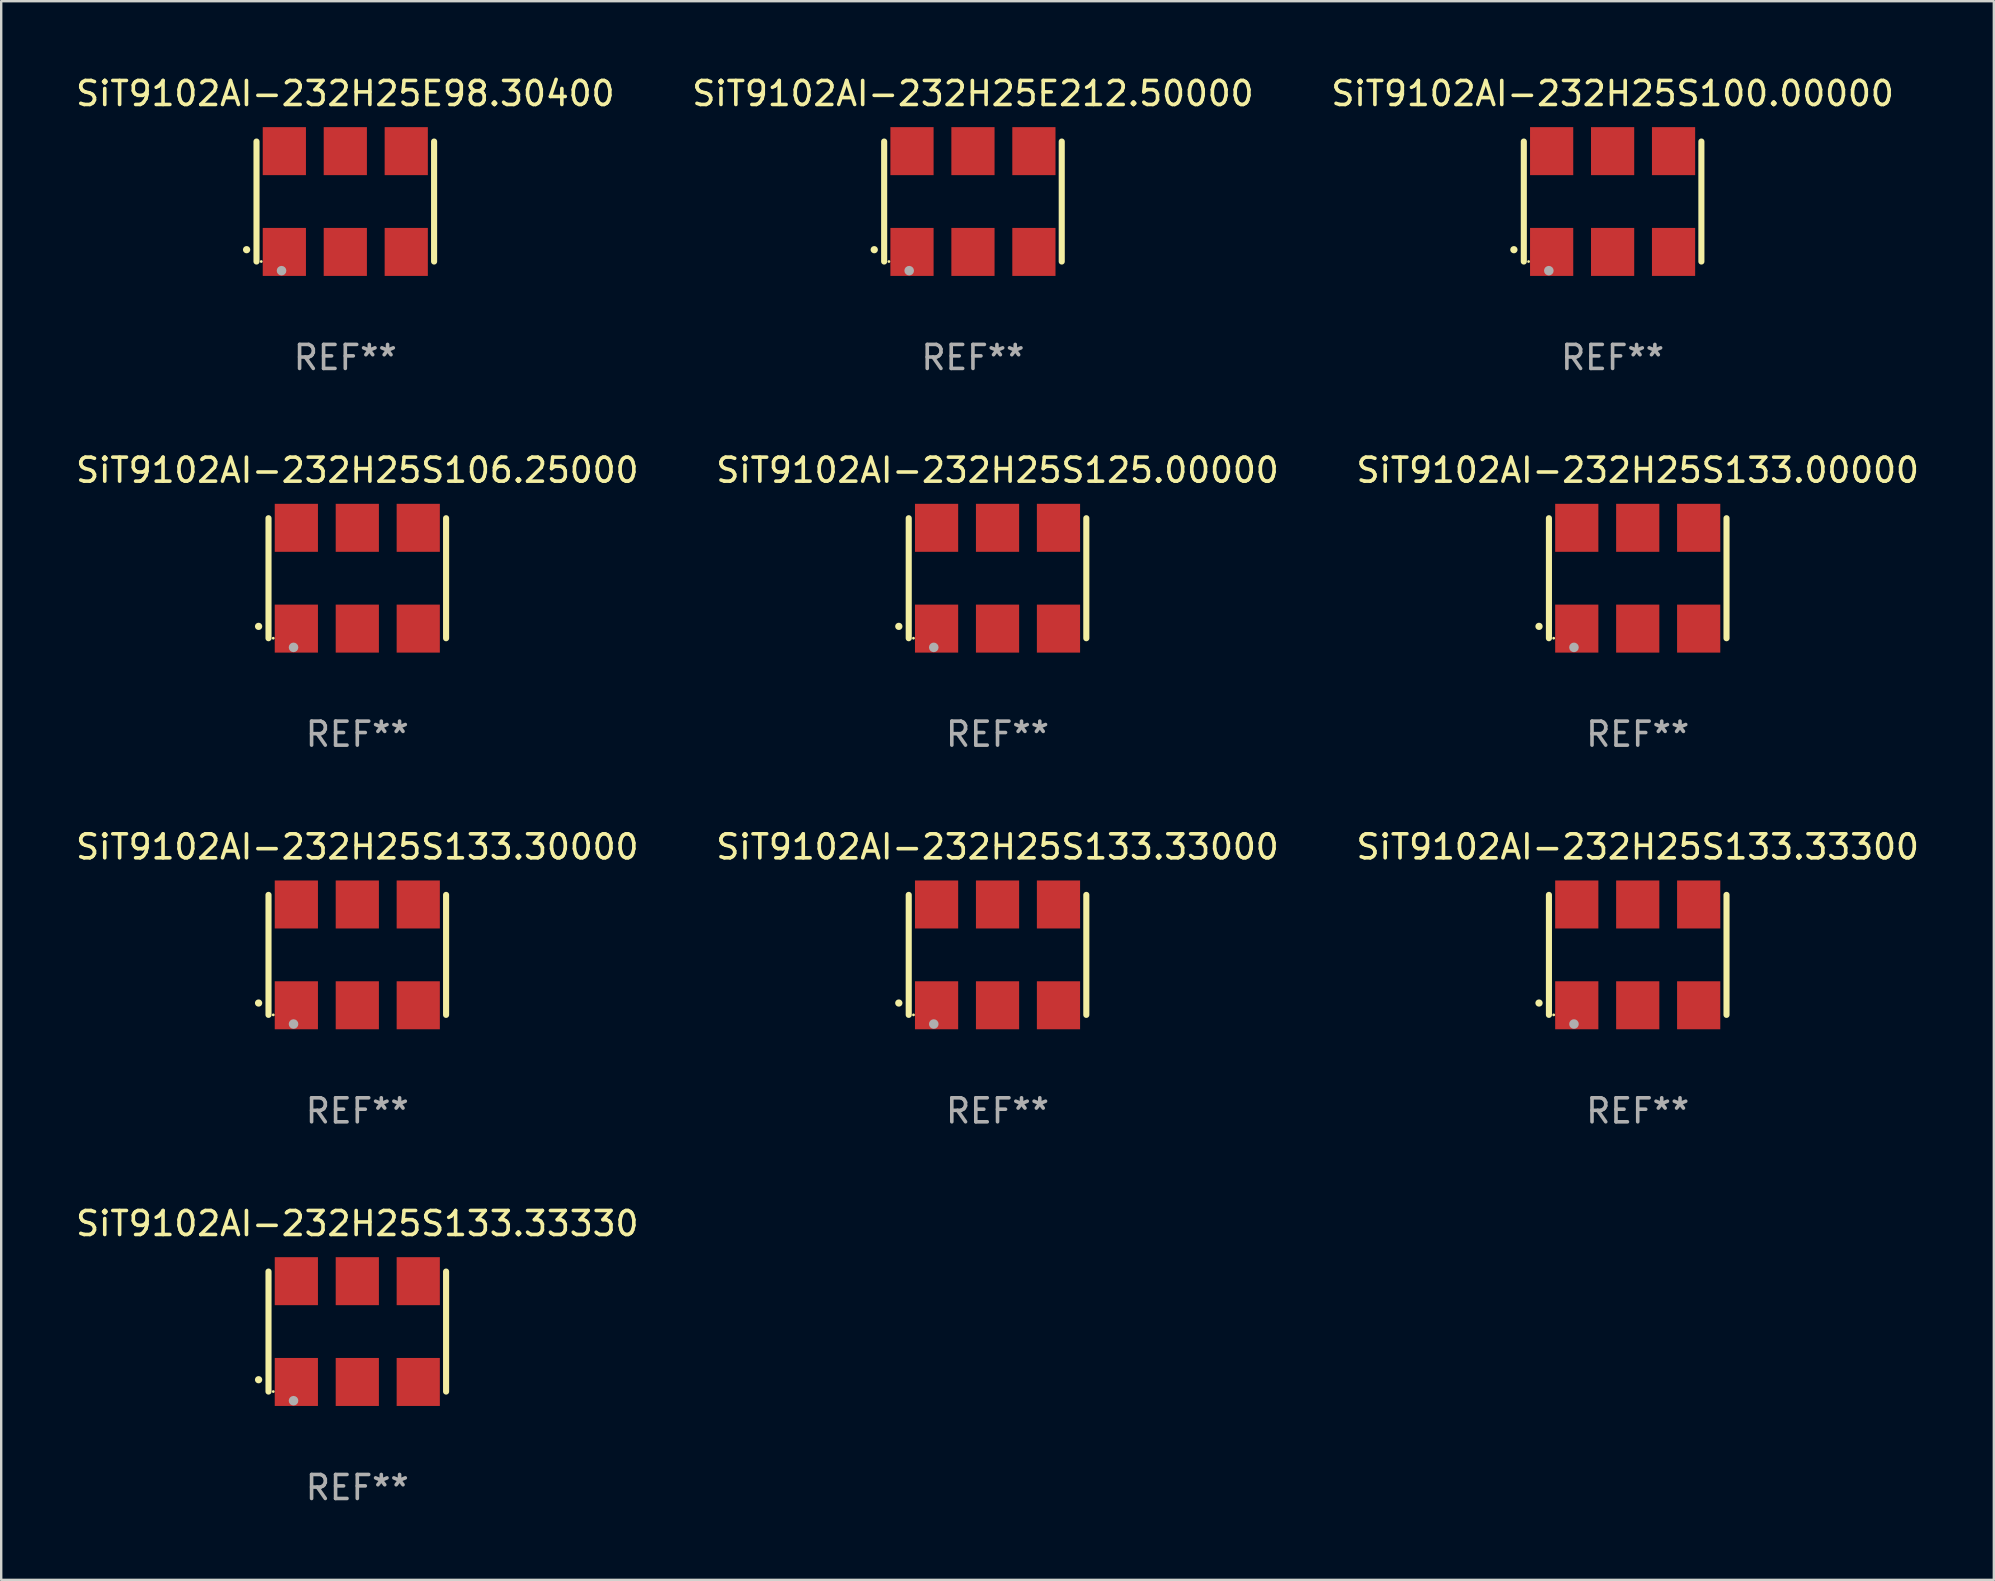
<source format=kicad_pcb>
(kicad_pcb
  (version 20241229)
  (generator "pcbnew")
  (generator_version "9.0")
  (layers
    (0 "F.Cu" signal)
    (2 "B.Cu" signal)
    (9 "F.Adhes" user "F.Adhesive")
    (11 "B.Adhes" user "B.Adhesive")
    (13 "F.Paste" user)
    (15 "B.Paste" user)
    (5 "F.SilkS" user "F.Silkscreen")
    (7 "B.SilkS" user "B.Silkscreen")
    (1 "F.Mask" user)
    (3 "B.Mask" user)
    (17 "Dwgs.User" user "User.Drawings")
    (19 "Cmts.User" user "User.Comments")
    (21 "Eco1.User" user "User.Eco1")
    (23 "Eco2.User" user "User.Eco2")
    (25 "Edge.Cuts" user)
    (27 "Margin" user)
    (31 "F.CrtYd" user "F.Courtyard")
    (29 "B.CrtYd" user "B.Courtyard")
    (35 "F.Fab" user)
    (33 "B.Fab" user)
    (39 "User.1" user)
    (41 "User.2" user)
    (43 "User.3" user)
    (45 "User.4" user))
  (footprint "SiT9102AI-232H25S133.00000"
    (layer "F.Cu")
    (at 65.196 21.045)
    (property "Reference" "SiT9102AI-232H25S133.00000" (at 0 -4.5 0) (layer "F.SilkS") (effects (font (size 1 1) (thickness 0.15))))
    (attr through_hole)
    (fp_line (start -3.7 -2.5) (end -3.7 2.5) (stroke (width 0.254) (type solid)) (layer "F.SilkS"))
    (fp_line (start 3.7 -2.5) (end 3.7 2.5) (stroke (width 0.254) (type solid)) (layer "F.SilkS"))
    (fp_arc (start -4.114415 2.006604) (mid -4.113145 2.006599) (end -4.111875 2.006604) (stroke (width 0.3) (type solid)) (layer "F.SilkS"))
    (fp_circle (center -3.502 2.5) (end -3.472 2.5) (stroke (width 0.06) (type solid)) (fill no) (layer "F.SilkS"))
    (fp_circle (center -2.657 2.882) (end -2.557 2.882) (stroke (width 0.2) (type solid)) (fill no) (layer "F.Fab"))
    (fp_text user "REF**" (at 0 6.5 0) (layer "F.Fab") (effects (font (size 1 1) (thickness 0.15))))
    (pad "1" smd rect (at -2.54 2.1) (size 1.8 2) (layers "F.Cu" "F.Mask" "F.Paste"))
    (pad "2" smd rect (at 0.000394 2.1) (size 1.8 2) (layers "F.Cu" "F.Mask" "F.Paste"))
    (pad "3" smd rect (at 2.54 2.1) (size 1.8 2) (layers "F.Cu" "F.Mask" "F.Paste"))
    (pad "4" smd rect (at 2.54 -2.1) (size 1.8 2) (layers "F.Cu" "F.Mask" "F.Paste"))
    (pad "5" smd rect (at 0.000394 -2.1) (size 1.8 2) (layers "F.Cu" "F.Mask" "F.Paste"))
    (pad "6" smd rect (at -2.54 -2.1) (size 1.8 2) (layers "F.Cu" "F.Mask" "F.Paste")))
  (footprint "SiT9102AI-232H25S133.33330"
    (layer "F.Cu")
    (at 11.839 52.438)
    (property "Reference" "SiT9102AI-232H25S133.33330" (at 0 -4.5 0) (layer "F.SilkS") (effects (font (size 1 1) (thickness 0.15))))
    (attr through_hole)
    (fp_line (start -3.7 -2.5) (end -3.7 2.5) (stroke (width 0.254) (type solid)) (layer "F.SilkS"))
    (fp_line (start 3.7 -2.5) (end 3.7 2.5) (stroke (width 0.254) (type solid)) (layer "F.SilkS"))
    (fp_arc (start -4.114415 2.006604) (mid -4.113145 2.006599) (end -4.111875 2.006604) (stroke (width 0.3) (type solid)) (layer "F.SilkS"))
    (fp_circle (center -3.502 2.5) (end -3.472 2.5) (stroke (width 0.06) (type solid)) (fill no) (layer "F.SilkS"))
    (fp_circle (center -2.657 2.882) (end -2.557 2.882) (stroke (width 0.2) (type solid)) (fill no) (layer "F.Fab"))
    (fp_text user "REF**" (at 0 6.5 0) (layer "F.Fab") (effects (font (size 1 1) (thickness 0.15))))
    (pad "1" smd rect (at -2.54 2.1) (size 1.8 2) (layers "F.Cu" "F.Mask" "F.Paste"))
    (pad "2" smd rect (at 0.000394 2.1) (size 1.8 2) (layers "F.Cu" "F.Mask" "F.Paste"))
    (pad "3" smd rect (at 2.54 2.1) (size 1.8 2) (layers "F.Cu" "F.Mask" "F.Paste"))
    (pad "4" smd rect (at 2.54 -2.1) (size 1.8 2) (layers "F.Cu" "F.Mask" "F.Paste"))
    (pad "5" smd rect (at 0.000394 -2.1) (size 1.8 2) (layers "F.Cu" "F.Mask" "F.Paste"))
    (pad "6" smd rect (at -2.54 -2.1) (size 1.8 2) (layers "F.Cu" "F.Mask" "F.Paste")))
  (footprint "SiT9102AI-232H25S106.25000"
    (layer "F.Cu")
    (at 11.839 21.045)
    (property "Reference" "SiT9102AI-232H25S106.25000" (at 0 -4.5 0) (layer "F.SilkS") (effects (font (size 1 1) (thickness 0.15))))
    (attr through_hole)
    (fp_line (start -3.7 -2.5) (end -3.7 2.5) (stroke (width 0.254) (type solid)) (layer "F.SilkS"))
    (fp_line (start 3.7 -2.5) (end 3.7 2.5) (stroke (width 0.254) (type solid)) (layer "F.SilkS"))
    (fp_arc (start -4.114415 2.006604) (mid -4.113145 2.006599) (end -4.111875 2.006604) (stroke (width 0.3) (type solid)) (layer "F.SilkS"))
    (fp_circle (center -3.502 2.5) (end -3.472 2.5) (stroke (width 0.06) (type solid)) (fill no) (layer "F.SilkS"))
    (fp_circle (center -2.657 2.882) (end -2.557 2.882) (stroke (width 0.2) (type solid)) (fill no) (layer "F.Fab"))
    (fp_text user "REF**" (at 0 6.5 0) (layer "F.Fab") (effects (font (size 1 1) (thickness 0.15))))
    (pad "1" smd rect (at -2.54 2.1) (size 1.8 2) (layers "F.Cu" "F.Mask" "F.Paste"))
    (pad "2" smd rect (at 0.000394 2.1) (size 1.8 2) (layers "F.Cu" "F.Mask" "F.Paste"))
    (pad "3" smd rect (at 2.54 2.1) (size 1.8 2) (layers "F.Cu" "F.Mask" "F.Paste"))
    (pad "4" smd rect (at 2.54 -2.1) (size 1.8 2) (layers "F.Cu" "F.Mask" "F.Paste"))
    (pad "5" smd rect (at 0.000394 -2.1) (size 1.8 2) (layers "F.Cu" "F.Mask" "F.Paste"))
    (pad "6" smd rect (at -2.54 -2.1) (size 1.8 2) (layers "F.Cu" "F.Mask" "F.Paste")))
  (footprint "SiT9102AI-232H25S133.33300"
    (layer "F.Cu")
    (at 65.196 36.741)
    (property "Reference" "SiT9102AI-232H25S133.33300" (at 0 -4.5 0) (layer "F.SilkS") (effects (font (size 1 1) (thickness 0.15))))
    (attr through_hole)
    (fp_line (start -3.7 -2.5) (end -3.7 2.5) (stroke (width 0.254) (type solid)) (layer "F.SilkS"))
    (fp_line (start 3.7 -2.5) (end 3.7 2.5) (stroke (width 0.254) (type solid)) (layer "F.SilkS"))
    (fp_arc (start -4.114415 2.006604) (mid -4.113145 2.006599) (end -4.111875 2.006604) (stroke (width 0.3) (type solid)) (layer "F.SilkS"))
    (fp_circle (center -3.502 2.5) (end -3.472 2.5) (stroke (width 0.06) (type solid)) (fill no) (layer "F.SilkS"))
    (fp_circle (center -2.657 2.882) (end -2.557 2.882) (stroke (width 0.2) (type solid)) (fill no) (layer "F.Fab"))
    (fp_text user "REF**" (at 0 6.5 0) (layer "F.Fab") (effects (font (size 1 1) (thickness 0.15))))
    (pad "1" smd rect (at -2.54 2.1) (size 1.8 2) (layers "F.Cu" "F.Mask" "F.Paste"))
    (pad "2" smd rect (at 0.000394 2.1) (size 1.8 2) (layers "F.Cu" "F.Mask" "F.Paste"))
    (pad "3" smd rect (at 2.54 2.1) (size 1.8 2) (layers "F.Cu" "F.Mask" "F.Paste"))
    (pad "4" smd rect (at 2.54 -2.1) (size 1.8 2) (layers "F.Cu" "F.Mask" "F.Paste"))
    (pad "5" smd rect (at 0.000394 -2.1) (size 1.8 2) (layers "F.Cu" "F.Mask" "F.Paste"))
    (pad "6" smd rect (at -2.54 -2.1) (size 1.8 2) (layers "F.Cu" "F.Mask" "F.Paste")))
  (footprint "SiT9102AI-232H25S133.33000"
    (layer "F.Cu")
    (at 38.518 36.741)
    (property "Reference" "SiT9102AI-232H25S133.33000" (at 0 -4.5 0) (layer "F.SilkS") (effects (font (size 1 1) (thickness 0.15))))
    (attr through_hole)
    (fp_line (start -3.7 -2.5) (end -3.7 2.5) (stroke (width 0.254) (type solid)) (layer "F.SilkS"))
    (fp_line (start 3.7 -2.5) (end 3.7 2.5) (stroke (width 0.254) (type solid)) (layer "F.SilkS"))
    (fp_arc (start -4.114415 2.006604) (mid -4.113145 2.006599) (end -4.111875 2.006604) (stroke (width 0.3) (type solid)) (layer "F.SilkS"))
    (fp_circle (center -3.502 2.5) (end -3.472 2.5) (stroke (width 0.06) (type solid)) (fill no) (layer "F.SilkS"))
    (fp_circle (center -2.657 2.882) (end -2.557 2.882) (stroke (width 0.2) (type solid)) (fill no) (layer "F.Fab"))
    (fp_text user "REF**" (at 0 6.5 0) (layer "F.Fab") (effects (font (size 1 1) (thickness 0.15))))
    (pad "1" smd rect (at -2.54 2.1) (size 1.8 2) (layers "F.Cu" "F.Mask" "F.Paste"))
    (pad "2" smd rect (at 0.000394 2.1) (size 1.8 2) (layers "F.Cu" "F.Mask" "F.Paste"))
    (pad "3" smd rect (at 2.54 2.1) (size 1.8 2) (layers "F.Cu" "F.Mask" "F.Paste"))
    (pad "4" smd rect (at 2.54 -2.1) (size 1.8 2) (layers "F.Cu" "F.Mask" "F.Paste"))
    (pad "5" smd rect (at 0.000394 -2.1) (size 1.8 2) (layers "F.Cu" "F.Mask" "F.Paste"))
    (pad "6" smd rect (at -2.54 -2.1) (size 1.8 2) (layers "F.Cu" "F.Mask" "F.Paste")))
  (footprint "SiT9102AI-232H25E98.30400"
    (layer "F.Cu")
    (at 11.339 5.348)
    (property "Reference" "SiT9102AI-232H25E98.30400" (at 0 -4.5 0) (layer "F.SilkS") (effects (font (size 1 1) (thickness 0.15))))
    (attr through_hole)
    (fp_line (start -3.7 -2.5) (end -3.7 2.5) (stroke (width 0.254) (type solid)) (layer "F.SilkS"))
    (fp_line (start 3.7 -2.5) (end 3.7 2.5) (stroke (width 0.254) (type solid)) (layer "F.SilkS"))
    (fp_arc (start -4.114415 2.006604) (mid -4.113145 2.006599) (end -4.111875 2.006604) (stroke (width 0.3) (type solid)) (layer "F.SilkS"))
    (fp_circle (center -3.502 2.5) (end -3.472 2.5) (stroke (width 0.06) (type solid)) (fill no) (layer "F.SilkS"))
    (fp_circle (center -2.657 2.882) (end -2.557 2.882) (stroke (width 0.2) (type solid)) (fill no) (layer "F.Fab"))
    (fp_text user "REF**" (at 0 6.5 0) (layer "F.Fab") (effects (font (size 1 1) (thickness 0.15))))
    (pad "1" smd rect (at -2.54 2.1) (size 1.8 2) (layers "F.Cu" "F.Mask" "F.Paste"))
    (pad "2" smd rect (at 0.000394 2.1) (size 1.8 2) (layers "F.Cu" "F.Mask" "F.Paste"))
    (pad "3" smd rect (at 2.54 2.1) (size 1.8 2) (layers "F.Cu" "F.Mask" "F.Paste"))
    (pad "4" smd rect (at 2.54 -2.1) (size 1.8 2) (layers "F.Cu" "F.Mask" "F.Paste"))
    (pad "5" smd rect (at 0.000394 -2.1) (size 1.8 2) (layers "F.Cu" "F.Mask" "F.Paste"))
    (pad "6" smd rect (at -2.54 -2.1) (size 1.8 2) (layers "F.Cu" "F.Mask" "F.Paste")))
  (footprint "SiT9102AI-232H25S133.30000"
    (layer "F.Cu")
    (at 11.839 36.741)
    (property "Reference" "SiT9102AI-232H25S133.30000" (at 0 -4.5 0) (layer "F.SilkS") (effects (font (size 1 1) (thickness 0.15))))
    (attr through_hole)
    (fp_line (start -3.7 -2.5) (end -3.7 2.5) (stroke (width 0.254) (type solid)) (layer "F.SilkS"))
    (fp_line (start 3.7 -2.5) (end 3.7 2.5) (stroke (width 0.254) (type solid)) (layer "F.SilkS"))
    (fp_arc (start -4.114415 2.006604) (mid -4.113145 2.006599) (end -4.111875 2.006604) (stroke (width 0.3) (type solid)) (layer "F.SilkS"))
    (fp_circle (center -3.502 2.5) (end -3.472 2.5) (stroke (width 0.06) (type solid)) (fill no) (layer "F.SilkS"))
    (fp_circle (center -2.657 2.882) (end -2.557 2.882) (stroke (width 0.2) (type solid)) (fill no) (layer "F.Fab"))
    (fp_text user "REF**" (at 0 6.5 0) (layer "F.Fab") (effects (font (size 1 1) (thickness 0.15))))
    (pad "1" smd rect (at -2.54 2.1) (size 1.8 2) (layers "F.Cu" "F.Mask" "F.Paste"))
    (pad "2" smd rect (at 0.000394 2.1) (size 1.8 2) (layers "F.Cu" "F.Mask" "F.Paste"))
    (pad "3" smd rect (at 2.54 2.1) (size 1.8 2) (layers "F.Cu" "F.Mask" "F.Paste"))
    (pad "4" smd rect (at 2.54 -2.1) (size 1.8 2) (layers "F.Cu" "F.Mask" "F.Paste"))
    (pad "5" smd rect (at 0.000394 -2.1) (size 1.8 2) (layers "F.Cu" "F.Mask" "F.Paste"))
    (pad "6" smd rect (at -2.54 -2.1) (size 1.8 2) (layers "F.Cu" "F.Mask" "F.Paste")))
  (footprint "SiT9102AI-232H25S100.00000"
    (layer "F.Cu")
    (at 64.149 5.348)
    (property "Reference" "SiT9102AI-232H25S100.00000" (at 0 -4.5 0) (layer "F.SilkS") (effects (font (size 1 1) (thickness 0.15))))
    (attr through_hole)
    (fp_line (start -3.7 -2.5) (end -3.7 2.5) (stroke (width 0.254) (type solid)) (layer "F.SilkS"))
    (fp_line (start 3.7 -2.5) (end 3.7 2.5) (stroke (width 0.254) (type solid)) (layer "F.SilkS"))
    (fp_arc (start -4.114415 2.006604) (mid -4.113145 2.006599) (end -4.111875 2.006604) (stroke (width 0.3) (type solid)) (layer "F.SilkS"))
    (fp_circle (center -3.502 2.5) (end -3.472 2.5) (stroke (width 0.06) (type solid)) (fill no) (layer "F.SilkS"))
    (fp_circle (center -2.657 2.882) (end -2.557 2.882) (stroke (width 0.2) (type solid)) (fill no) (layer "F.Fab"))
    (fp_text user "REF**" (at 0 6.5 0) (layer "F.Fab") (effects (font (size 1 1) (thickness 0.15))))
    (pad "1" smd rect (at -2.54 2.1) (size 1.8 2) (layers "F.Cu" "F.Mask" "F.Paste"))
    (pad "2" smd rect (at 0.000394 2.1) (size 1.8 2) (layers "F.Cu" "F.Mask" "F.Paste"))
    (pad "3" smd rect (at 2.54 2.1) (size 1.8 2) (layers "F.Cu" "F.Mask" "F.Paste"))
    (pad "4" smd rect (at 2.54 -2.1) (size 1.8 2) (layers "F.Cu" "F.Mask" "F.Paste"))
    (pad "5" smd rect (at 0.000394 -2.1) (size 1.8 2) (layers "F.Cu" "F.Mask" "F.Paste"))
    (pad "6" smd rect (at -2.54 -2.1) (size 1.8 2) (layers "F.Cu" "F.Mask" "F.Paste")))
  (footprint "SiT9102AI-232H25E212.50000"
    (layer "F.Cu")
    (at 37.494 5.348)
    (property "Reference" "SiT9102AI-232H25E212.50000" (at 0 -4.5 0) (layer "F.SilkS") (effects (font (size 1 1) (thickness 0.15))))
    (attr through_hole)
    (fp_line (start -3.7 -2.5) (end -3.7 2.5) (stroke (width 0.254) (type solid)) (layer "F.SilkS"))
    (fp_line (start 3.7 -2.5) (end 3.7 2.5) (stroke (width 0.254) (type solid)) (layer "F.SilkS"))
    (fp_arc (start -4.114415 2.006604) (mid -4.113145 2.006599) (end -4.111875 2.006604) (stroke (width 0.3) (type solid)) (layer "F.SilkS"))
    (fp_circle (center -3.502 2.5) (end -3.472 2.5) (stroke (width 0.06) (type solid)) (fill no) (layer "F.SilkS"))
    (fp_circle (center -2.657 2.882) (end -2.557 2.882) (stroke (width 0.2) (type solid)) (fill no) (layer "F.Fab"))
    (fp_text user "REF**" (at 0 6.5 0) (layer "F.Fab") (effects (font (size 1 1) (thickness 0.15))))
    (pad "1" smd rect (at -2.54 2.1) (size 1.8 2) (layers "F.Cu" "F.Mask" "F.Paste"))
    (pad "2" smd rect (at 0.000394 2.1) (size 1.8 2) (layers "F.Cu" "F.Mask" "F.Paste"))
    (pad "3" smd rect (at 2.54 2.1) (size 1.8 2) (layers "F.Cu" "F.Mask" "F.Paste"))
    (pad "4" smd rect (at 2.54 -2.1) (size 1.8 2) (layers "F.Cu" "F.Mask" "F.Paste"))
    (pad "5" smd rect (at 0.000394 -2.1) (size 1.8 2) (layers "F.Cu" "F.Mask" "F.Paste"))
    (pad "6" smd rect (at -2.54 -2.1) (size 1.8 2) (layers "F.Cu" "F.Mask" "F.Paste")))
  (footprint "SiT9102AI-232H25S125.00000"
    (layer "F.Cu")
    (at 38.518 21.045)
    (property "Reference" "SiT9102AI-232H25S125.00000" (at 0 -4.5 0) (layer "F.SilkS") (effects (font (size 1 1) (thickness 0.15))))
    (attr through_hole)
    (fp_line (start -3.7 -2.5) (end -3.7 2.5) (stroke (width 0.254) (type solid)) (layer "F.SilkS"))
    (fp_line (start 3.7 -2.5) (end 3.7 2.5) (stroke (width 0.254) (type solid)) (layer "F.SilkS"))
    (fp_arc (start -4.114415 2.006604) (mid -4.113145 2.006599) (end -4.111875 2.006604) (stroke (width 0.3) (type solid)) (layer "F.SilkS"))
    (fp_circle (center -3.502 2.5) (end -3.472 2.5) (stroke (width 0.06) (type solid)) (fill no) (layer "F.SilkS"))
    (fp_circle (center -2.657 2.882) (end -2.557 2.882) (stroke (width 0.2) (type solid)) (fill no) (layer "F.Fab"))
    (fp_text user "REF**" (at 0 6.5 0) (layer "F.Fab") (effects (font (size 1 1) (thickness 0.15))))
    (pad "1" smd rect (at -2.54 2.1) (size 1.8 2) (layers "F.Cu" "F.Mask" "F.Paste"))
    (pad "2" smd rect (at 0.000394 2.1) (size 1.8 2) (layers "F.Cu" "F.Mask" "F.Paste"))
    (pad "3" smd rect (at 2.54 2.1) (size 1.8 2) (layers "F.Cu" "F.Mask" "F.Paste"))
    (pad "4" smd rect (at 2.54 -2.1) (size 1.8 2) (layers "F.Cu" "F.Mask" "F.Paste"))
    (pad "5" smd rect (at 0.000394 -2.1) (size 1.8 2) (layers "F.Cu" "F.Mask" "F.Paste"))
    (pad "6" smd rect (at -2.54 -2.1) (size 1.8 2) (layers "F.Cu" "F.Mask" "F.Paste")))
  (gr_rect
    (start -3 -3)
    (end 80.036 62.786)
    (stroke (width 0.1) (type default))
    (fill no)
    (layer "Edge.Cuts")))
</source>
